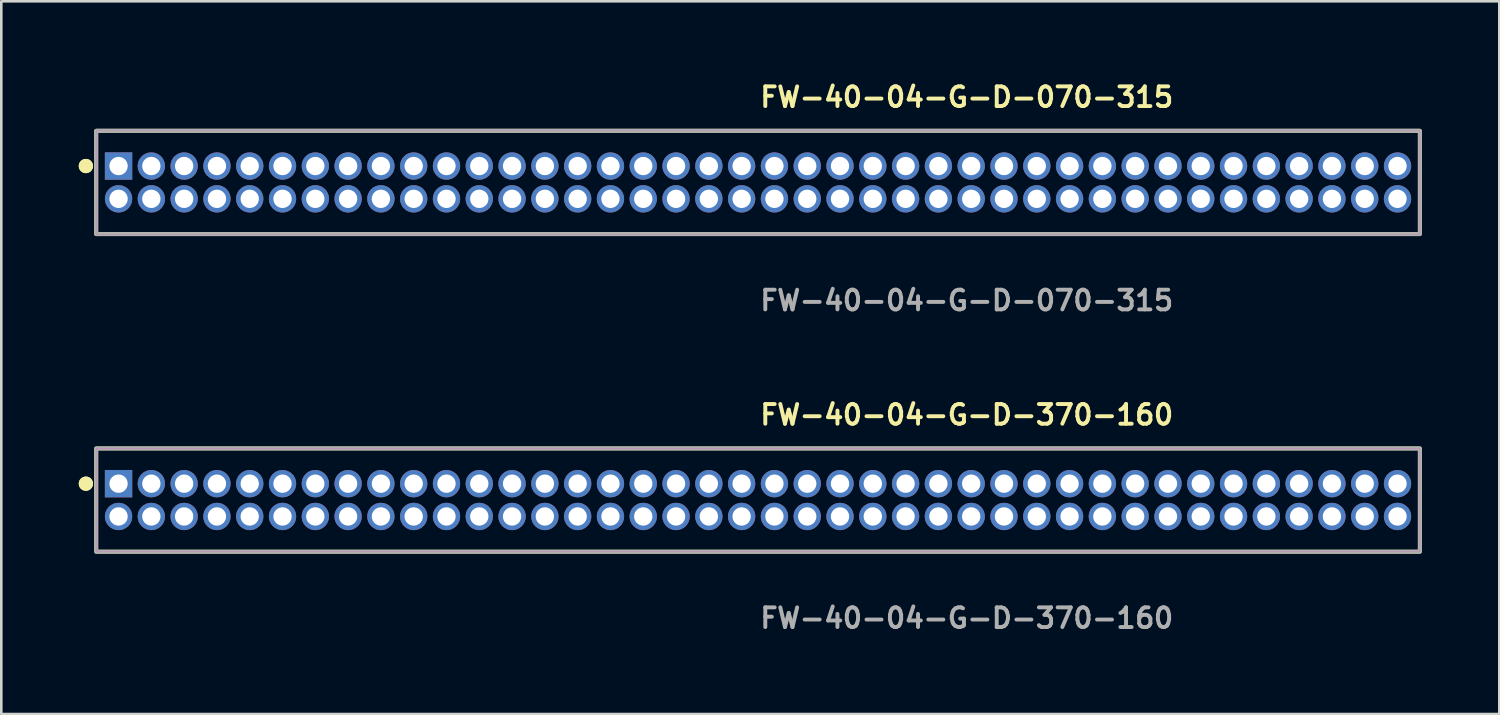
<source format=kicad_pcb>
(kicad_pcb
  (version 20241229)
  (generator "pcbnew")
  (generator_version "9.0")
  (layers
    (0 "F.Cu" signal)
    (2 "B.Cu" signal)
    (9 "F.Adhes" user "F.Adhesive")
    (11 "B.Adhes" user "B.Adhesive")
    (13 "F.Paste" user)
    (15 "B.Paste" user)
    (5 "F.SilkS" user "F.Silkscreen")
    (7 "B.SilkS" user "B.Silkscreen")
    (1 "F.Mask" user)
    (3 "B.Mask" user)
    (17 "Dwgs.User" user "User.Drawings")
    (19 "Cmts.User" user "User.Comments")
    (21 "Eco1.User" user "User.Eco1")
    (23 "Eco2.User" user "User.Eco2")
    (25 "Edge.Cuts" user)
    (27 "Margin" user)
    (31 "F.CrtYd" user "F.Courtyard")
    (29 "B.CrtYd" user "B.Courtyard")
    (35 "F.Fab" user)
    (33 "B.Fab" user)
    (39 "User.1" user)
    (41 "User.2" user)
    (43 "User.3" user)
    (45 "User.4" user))
  (footprint "FW-40-04-G-D-370-160"
    (layer "F.Cu")
    (at 26.306 16.316)
    (property "Reference" "FW-40-04-G-D-370-160" (at 0 -3.302 0) (unlocked yes) (layer "F.SilkS") (effects (font (size 0.762 0.762) (thickness 0.152)) (justify left)))
    (fp_rect (start -25.63 2) (end 25.63 -2) (stroke (width 0.152) (type solid)) (fill no) (layer "F.SilkS"))
    (fp_circle (center -26.03 -0.635) (end -26.23 -0.635) (stroke (width 0.152) (type solid)) (fill yes) (layer "F.SilkS"))
    (fp_circle (center -26.03 -0.635) (end -26.23 -0.635) (stroke (width 0.152) (type solid)) (fill yes) (layer "F.SilkS"))
    (fp_rect (start -25.63 2) (end 25.63 -2) (stroke (width 0.006) (type solid)) (fill no) (layer "F.CrtYd"))
    (fp_rect (start -25.63 2) (end 25.63 -2) (stroke (width 0.152) (type solid)) (fill no) (layer "F.Fab"))
    (fp_text user "${REFERENCE}" (at 0 4.572 0) (unlocked yes) (layer "F.Fab") (effects (font (size 0.762 0.762) (thickness 0.152)) (justify left)))
    (pad "1" thru_hole rect (at -24.765 -0.635) (size 1.06 1.06) (drill 0.71) (layers "*.Cu" "*.Mask"))
    (pad "2" thru_hole circle (at -24.765 0.635) (size 1.06 1.06) (drill 0.71) (layers "*.Cu" "*.Mask"))
    (pad "3" thru_hole circle (at -23.495 -0.635) (size 1.06 1.06) (drill 0.71) (layers "*.Cu" "*.Mask"))
    (pad "4" thru_hole circle (at -23.495 0.635) (size 1.06 1.06) (drill 0.71) (layers "*.Cu" "*.Mask"))
    (pad "5" thru_hole circle (at -22.225 -0.635) (size 1.06 1.06) (drill 0.71) (layers "*.Cu" "*.Mask"))
    (pad "6" thru_hole circle (at -22.225 0.635) (size 1.06 1.06) (drill 0.71) (layers "*.Cu" "*.Mask"))
    (pad "7" thru_hole circle (at -20.955 -0.635) (size 1.06 1.06) (drill 0.71) (layers "*.Cu" "*.Mask"))
    (pad "8" thru_hole circle (at -20.955 0.635) (size 1.06 1.06) (drill 0.71) (layers "*.Cu" "*.Mask"))
    (pad "9" thru_hole circle (at -19.685 -0.635) (size 1.06 1.06) (drill 0.71) (layers "*.Cu" "*.Mask"))
    (pad "10" thru_hole circle (at -19.685 0.635) (size 1.06 1.06) (drill 0.71) (layers "*.Cu" "*.Mask"))
    (pad "11" thru_hole circle (at -18.415 -0.635) (size 1.06 1.06) (drill 0.71) (layers "*.Cu" "*.Mask"))
    (pad "12" thru_hole circle (at -18.415 0.635) (size 1.06 1.06) (drill 0.71) (layers "*.Cu" "*.Mask"))
    (pad "13" thru_hole circle (at -17.145 -0.635) (size 1.06 1.06) (drill 0.71) (layers "*.Cu" "*.Mask"))
    (pad "14" thru_hole circle (at -17.145 0.635) (size 1.06 1.06) (drill 0.71) (layers "*.Cu" "*.Mask"))
    (pad "15" thru_hole circle (at -15.875 -0.635) (size 1.06 1.06) (drill 0.71) (layers "*.Cu" "*.Mask"))
    (pad "16" thru_hole circle (at -15.875 0.635) (size 1.06 1.06) (drill 0.71) (layers "*.Cu" "*.Mask"))
    (pad "17" thru_hole circle (at -14.605 -0.635) (size 1.06 1.06) (drill 0.71) (layers "*.Cu" "*.Mask"))
    (pad "18" thru_hole circle (at -14.605 0.635) (size 1.06 1.06) (drill 0.71) (layers "*.Cu" "*.Mask"))
    (pad "19" thru_hole circle (at -13.335 -0.635) (size 1.06 1.06) (drill 0.71) (layers "*.Cu" "*.Mask"))
    (pad "20" thru_hole circle (at -13.335 0.635) (size 1.06 1.06) (drill 0.71) (layers "*.Cu" "*.Mask"))
    (pad "21" thru_hole circle (at -12.065 -0.635) (size 1.06 1.06) (drill 0.71) (layers "*.Cu" "*.Mask"))
    (pad "22" thru_hole circle (at -12.065 0.635) (size 1.06 1.06) (drill 0.71) (layers "*.Cu" "*.Mask"))
    (pad "23" thru_hole circle (at -10.795 -0.635) (size 1.06 1.06) (drill 0.71) (layers "*.Cu" "*.Mask"))
    (pad "24" thru_hole circle (at -10.795 0.635) (size 1.06 1.06) (drill 0.71) (layers "*.Cu" "*.Mask"))
    (pad "25" thru_hole circle (at -9.525 -0.635) (size 1.06 1.06) (drill 0.71) (layers "*.Cu" "*.Mask"))
    (pad "26" thru_hole circle (at -9.525 0.635) (size 1.06 1.06) (drill 0.71) (layers "*.Cu" "*.Mask"))
    (pad "27" thru_hole circle (at -8.255 -0.635) (size 1.06 1.06) (drill 0.71) (layers "*.Cu" "*.Mask"))
    (pad "28" thru_hole circle (at -8.255 0.635) (size 1.06 1.06) (drill 0.71) (layers "*.Cu" "*.Mask"))
    (pad "29" thru_hole circle (at -6.985 -0.635) (size 1.06 1.06) (drill 0.71) (layers "*.Cu" "*.Mask"))
    (pad "30" thru_hole circle (at -6.985 0.635) (size 1.06 1.06) (drill 0.71) (layers "*.Cu" "*.Mask"))
    (pad "31" thru_hole circle (at -5.715 -0.635) (size 1.06 1.06) (drill 0.71) (layers "*.Cu" "*.Mask"))
    (pad "32" thru_hole circle (at -5.715 0.635) (size 1.06 1.06) (drill 0.71) (layers "*.Cu" "*.Mask"))
    (pad "33" thru_hole circle (at -4.445 -0.635) (size 1.06 1.06) (drill 0.71) (layers "*.Cu" "*.Mask"))
    (pad "34" thru_hole circle (at -4.445 0.635) (size 1.06 1.06) (drill 0.71) (layers "*.Cu" "*.Mask"))
    (pad "35" thru_hole circle (at -3.175 -0.635) (size 1.06 1.06) (drill 0.71) (layers "*.Cu" "*.Mask"))
    (pad "36" thru_hole circle (at -3.175 0.635) (size 1.06 1.06) (drill 0.71) (layers "*.Cu" "*.Mask"))
    (pad "37" thru_hole circle (at -1.905 -0.635) (size 1.06 1.06) (drill 0.71) (layers "*.Cu" "*.Mask"))
    (pad "38" thru_hole circle (at -1.905 0.635) (size 1.06 1.06) (drill 0.71) (layers "*.Cu" "*.Mask"))
    (pad "39" thru_hole circle (at -0.635 -0.635) (size 1.06 1.06) (drill 0.71) (layers "*.Cu" "*.Mask"))
    (pad "40" thru_hole circle (at -0.635 0.635) (size 1.06 1.06) (drill 0.71) (layers "*.Cu" "*.Mask"))
    (pad "41" thru_hole circle (at 0.635 -0.635) (size 1.06 1.06) (drill 0.71) (layers "*.Cu" "*.Mask"))
    (pad "42" thru_hole circle (at 0.635 0.635) (size 1.06 1.06) (drill 0.71) (layers "*.Cu" "*.Mask"))
    (pad "43" thru_hole circle (at 1.905 -0.635) (size 1.06 1.06) (drill 0.71) (layers "*.Cu" "*.Mask"))
    (pad "44" thru_hole circle (at 1.905 0.635) (size 1.06 1.06) (drill 0.71) (layers "*.Cu" "*.Mask"))
    (pad "45" thru_hole circle (at 3.175 -0.635) (size 1.06 1.06) (drill 0.71) (layers "*.Cu" "*.Mask"))
    (pad "46" thru_hole circle (at 3.175 0.635) (size 1.06 1.06) (drill 0.71) (layers "*.Cu" "*.Mask"))
    (pad "47" thru_hole circle (at 4.445 -0.635) (size 1.06 1.06) (drill 0.71) (layers "*.Cu" "*.Mask"))
    (pad "48" thru_hole circle (at 4.445 0.635) (size 1.06 1.06) (drill 0.71) (layers "*.Cu" "*.Mask"))
    (pad "49" thru_hole circle (at 5.715 -0.635) (size 1.06 1.06) (drill 0.71) (layers "*.Cu" "*.Mask"))
    (pad "50" thru_hole circle (at 5.715 0.635) (size 1.06 1.06) (drill 0.71) (layers "*.Cu" "*.Mask"))
    (pad "51" thru_hole circle (at 6.985 -0.635) (size 1.06 1.06) (drill 0.71) (layers "*.Cu" "*.Mask"))
    (pad "52" thru_hole circle (at 6.985 0.635) (size 1.06 1.06) (drill 0.71) (layers "*.Cu" "*.Mask"))
    (pad "53" thru_hole circle (at 8.255 -0.635) (size 1.06 1.06) (drill 0.71) (layers "*.Cu" "*.Mask"))
    (pad "54" thru_hole circle (at 8.255 0.635) (size 1.06 1.06) (drill 0.71) (layers "*.Cu" "*.Mask"))
    (pad "55" thru_hole circle (at 9.525 -0.635) (size 1.06 1.06) (drill 0.71) (layers "*.Cu" "*.Mask"))
    (pad "56" thru_hole circle (at 9.525 0.635) (size 1.06 1.06) (drill 0.71) (layers "*.Cu" "*.Mask"))
    (pad "57" thru_hole circle (at 10.795 -0.635) (size 1.06 1.06) (drill 0.71) (layers "*.Cu" "*.Mask"))
    (pad "58" thru_hole circle (at 10.795 0.635) (size 1.06 1.06) (drill 0.71) (layers "*.Cu" "*.Mask"))
    (pad "59" thru_hole circle (at 12.065 -0.635) (size 1.06 1.06) (drill 0.71) (layers "*.Cu" "*.Mask"))
    (pad "60" thru_hole circle (at 12.065 0.635) (size 1.06 1.06) (drill 0.71) (layers "*.Cu" "*.Mask"))
    (pad "61" thru_hole circle (at 13.335 -0.635) (size 1.06 1.06) (drill 0.71) (layers "*.Cu" "*.Mask"))
    (pad "62" thru_hole circle (at 13.335 0.635) (size 1.06 1.06) (drill 0.71) (layers "*.Cu" "*.Mask"))
    (pad "63" thru_hole circle (at 14.605 -0.635) (size 1.06 1.06) (drill 0.71) (layers "*.Cu" "*.Mask"))
    (pad "64" thru_hole circle (at 14.605 0.635) (size 1.06 1.06) (drill 0.71) (layers "*.Cu" "*.Mask"))
    (pad "65" thru_hole circle (at 15.875 -0.635) (size 1.06 1.06) (drill 0.71) (layers "*.Cu" "*.Mask"))
    (pad "66" thru_hole circle (at 15.875 0.635) (size 1.06 1.06) (drill 0.71) (layers "*.Cu" "*.Mask"))
    (pad "67" thru_hole circle (at 17.145 -0.635) (size 1.06 1.06) (drill 0.71) (layers "*.Cu" "*.Mask"))
    (pad "68" thru_hole circle (at 17.145 0.635) (size 1.06 1.06) (drill 0.71) (layers "*.Cu" "*.Mask"))
    (pad "69" thru_hole circle (at 18.415 -0.635) (size 1.06 1.06) (drill 0.71) (layers "*.Cu" "*.Mask"))
    (pad "70" thru_hole circle (at 18.415 0.635) (size 1.06 1.06) (drill 0.71) (layers "*.Cu" "*.Mask"))
    (pad "71" thru_hole circle (at 19.685 -0.635) (size 1.06 1.06) (drill 0.71) (layers "*.Cu" "*.Mask"))
    (pad "72" thru_hole circle (at 19.685 0.635) (size 1.06 1.06) (drill 0.71) (layers "*.Cu" "*.Mask"))
    (pad "73" thru_hole circle (at 20.955 -0.635) (size 1.06 1.06) (drill 0.71) (layers "*.Cu" "*.Mask"))
    (pad "74" thru_hole circle (at 20.955 0.635) (size 1.06 1.06) (drill 0.71) (layers "*.Cu" "*.Mask"))
    (pad "75" thru_hole circle (at 22.225 -0.635) (size 1.06 1.06) (drill 0.71) (layers "*.Cu" "*.Mask"))
    (pad "76" thru_hole circle (at 22.225 0.635) (size 1.06 1.06) (drill 0.71) (layers "*.Cu" "*.Mask"))
    (pad "77" thru_hole circle (at 23.495 -0.635) (size 1.06 1.06) (drill 0.71) (layers "*.Cu" "*.Mask"))
    (pad "78" thru_hole circle (at 23.495 0.635) (size 1.06 1.06) (drill 0.71) (layers "*.Cu" "*.Mask"))
    (pad "79" thru_hole circle (at 24.765 -0.635) (size 1.06 1.06) (drill 0.71) (layers "*.Cu" "*.Mask"))
    (pad "80" thru_hole circle (at 24.765 0.635) (size 1.06 1.06) (drill 0.71) (layers "*.Cu" "*.Mask")))
  (footprint "FW-40-04-G-D-070-315"
    (layer "F.Cu")
    (at 26.306 4.015)
    (property "Reference" "FW-40-04-G-D-070-315" (at 0 -3.302 0) (unlocked yes) (layer "F.SilkS") (effects (font (size 0.762 0.762) (thickness 0.152)) (justify left)))
    (fp_rect (start -25.63 2) (end 25.63 -2) (stroke (width 0.152) (type solid)) (fill no) (layer "F.SilkS"))
    (fp_circle (center -26.03 -0.635) (end -26.23 -0.635) (stroke (width 0.152) (type solid)) (fill yes) (layer "F.SilkS"))
    (fp_circle (center -26.03 -0.635) (end -26.23 -0.635) (stroke (width 0.152) (type solid)) (fill yes) (layer "F.SilkS"))
    (fp_rect (start -25.63 2) (end 25.63 -2) (stroke (width 0.006) (type solid)) (fill no) (layer "F.CrtYd"))
    (fp_rect (start -25.63 2) (end 25.63 -2) (stroke (width 0.152) (type solid)) (fill no) (layer "F.Fab"))
    (fp_text user "${REFERENCE}" (at 0 4.572 0) (unlocked yes) (layer "F.Fab") (effects (font (size 0.762 0.762) (thickness 0.152)) (justify left)))
    (pad "1" thru_hole rect (at -24.765 -0.635) (size 1.06 1.06) (drill 0.71) (layers "*.Cu" "*.Mask"))
    (pad "2" thru_hole circle (at -24.765 0.635) (size 1.06 1.06) (drill 0.71) (layers "*.Cu" "*.Mask"))
    (pad "3" thru_hole circle (at -23.495 -0.635) (size 1.06 1.06) (drill 0.71) (layers "*.Cu" "*.Mask"))
    (pad "4" thru_hole circle (at -23.495 0.635) (size 1.06 1.06) (drill 0.71) (layers "*.Cu" "*.Mask"))
    (pad "5" thru_hole circle (at -22.225 -0.635) (size 1.06 1.06) (drill 0.71) (layers "*.Cu" "*.Mask"))
    (pad "6" thru_hole circle (at -22.225 0.635) (size 1.06 1.06) (drill 0.71) (layers "*.Cu" "*.Mask"))
    (pad "7" thru_hole circle (at -20.955 -0.635) (size 1.06 1.06) (drill 0.71) (layers "*.Cu" "*.Mask"))
    (pad "8" thru_hole circle (at -20.955 0.635) (size 1.06 1.06) (drill 0.71) (layers "*.Cu" "*.Mask"))
    (pad "9" thru_hole circle (at -19.685 -0.635) (size 1.06 1.06) (drill 0.71) (layers "*.Cu" "*.Mask"))
    (pad "10" thru_hole circle (at -19.685 0.635) (size 1.06 1.06) (drill 0.71) (layers "*.Cu" "*.Mask"))
    (pad "11" thru_hole circle (at -18.415 -0.635) (size 1.06 1.06) (drill 0.71) (layers "*.Cu" "*.Mask"))
    (pad "12" thru_hole circle (at -18.415 0.635) (size 1.06 1.06) (drill 0.71) (layers "*.Cu" "*.Mask"))
    (pad "13" thru_hole circle (at -17.145 -0.635) (size 1.06 1.06) (drill 0.71) (layers "*.Cu" "*.Mask"))
    (pad "14" thru_hole circle (at -17.145 0.635) (size 1.06 1.06) (drill 0.71) (layers "*.Cu" "*.Mask"))
    (pad "15" thru_hole circle (at -15.875 -0.635) (size 1.06 1.06) (drill 0.71) (layers "*.Cu" "*.Mask"))
    (pad "16" thru_hole circle (at -15.875 0.635) (size 1.06 1.06) (drill 0.71) (layers "*.Cu" "*.Mask"))
    (pad "17" thru_hole circle (at -14.605 -0.635) (size 1.06 1.06) (drill 0.71) (layers "*.Cu" "*.Mask"))
    (pad "18" thru_hole circle (at -14.605 0.635) (size 1.06 1.06) (drill 0.71) (layers "*.Cu" "*.Mask"))
    (pad "19" thru_hole circle (at -13.335 -0.635) (size 1.06 1.06) (drill 0.71) (layers "*.Cu" "*.Mask"))
    (pad "20" thru_hole circle (at -13.335 0.635) (size 1.06 1.06) (drill 0.71) (layers "*.Cu" "*.Mask"))
    (pad "21" thru_hole circle (at -12.065 -0.635) (size 1.06 1.06) (drill 0.71) (layers "*.Cu" "*.Mask"))
    (pad "22" thru_hole circle (at -12.065 0.635) (size 1.06 1.06) (drill 0.71) (layers "*.Cu" "*.Mask"))
    (pad "23" thru_hole circle (at -10.795 -0.635) (size 1.06 1.06) (drill 0.71) (layers "*.Cu" "*.Mask"))
    (pad "24" thru_hole circle (at -10.795 0.635) (size 1.06 1.06) (drill 0.71) (layers "*.Cu" "*.Mask"))
    (pad "25" thru_hole circle (at -9.525 -0.635) (size 1.06 1.06) (drill 0.71) (layers "*.Cu" "*.Mask"))
    (pad "26" thru_hole circle (at -9.525 0.635) (size 1.06 1.06) (drill 0.71) (layers "*.Cu" "*.Mask"))
    (pad "27" thru_hole circle (at -8.255 -0.635) (size 1.06 1.06) (drill 0.71) (layers "*.Cu" "*.Mask"))
    (pad "28" thru_hole circle (at -8.255 0.635) (size 1.06 1.06) (drill 0.71) (layers "*.Cu" "*.Mask"))
    (pad "29" thru_hole circle (at -6.985 -0.635) (size 1.06 1.06) (drill 0.71) (layers "*.Cu" "*.Mask"))
    (pad "30" thru_hole circle (at -6.985 0.635) (size 1.06 1.06) (drill 0.71) (layers "*.Cu" "*.Mask"))
    (pad "31" thru_hole circle (at -5.715 -0.635) (size 1.06 1.06) (drill 0.71) (layers "*.Cu" "*.Mask"))
    (pad "32" thru_hole circle (at -5.715 0.635) (size 1.06 1.06) (drill 0.71) (layers "*.Cu" "*.Mask"))
    (pad "33" thru_hole circle (at -4.445 -0.635) (size 1.06 1.06) (drill 0.71) (layers "*.Cu" "*.Mask"))
    (pad "34" thru_hole circle (at -4.445 0.635) (size 1.06 1.06) (drill 0.71) (layers "*.Cu" "*.Mask"))
    (pad "35" thru_hole circle (at -3.175 -0.635) (size 1.06 1.06) (drill 0.71) (layers "*.Cu" "*.Mask"))
    (pad "36" thru_hole circle (at -3.175 0.635) (size 1.06 1.06) (drill 0.71) (layers "*.Cu" "*.Mask"))
    (pad "37" thru_hole circle (at -1.905 -0.635) (size 1.06 1.06) (drill 0.71) (layers "*.Cu" "*.Mask"))
    (pad "38" thru_hole circle (at -1.905 0.635) (size 1.06 1.06) (drill 0.71) (layers "*.Cu" "*.Mask"))
    (pad "39" thru_hole circle (at -0.635 -0.635) (size 1.06 1.06) (drill 0.71) (layers "*.Cu" "*.Mask"))
    (pad "40" thru_hole circle (at -0.635 0.635) (size 1.06 1.06) (drill 0.71) (layers "*.Cu" "*.Mask"))
    (pad "41" thru_hole circle (at 0.635 -0.635) (size 1.06 1.06) (drill 0.71) (layers "*.Cu" "*.Mask"))
    (pad "42" thru_hole circle (at 0.635 0.635) (size 1.06 1.06) (drill 0.71) (layers "*.Cu" "*.Mask"))
    (pad "43" thru_hole circle (at 1.905 -0.635) (size 1.06 1.06) (drill 0.71) (layers "*.Cu" "*.Mask"))
    (pad "44" thru_hole circle (at 1.905 0.635) (size 1.06 1.06) (drill 0.71) (layers "*.Cu" "*.Mask"))
    (pad "45" thru_hole circle (at 3.175 -0.635) (size 1.06 1.06) (drill 0.71) (layers "*.Cu" "*.Mask"))
    (pad "46" thru_hole circle (at 3.175 0.635) (size 1.06 1.06) (drill 0.71) (layers "*.Cu" "*.Mask"))
    (pad "47" thru_hole circle (at 4.445 -0.635) (size 1.06 1.06) (drill 0.71) (layers "*.Cu" "*.Mask"))
    (pad "48" thru_hole circle (at 4.445 0.635) (size 1.06 1.06) (drill 0.71) (layers "*.Cu" "*.Mask"))
    (pad "49" thru_hole circle (at 5.715 -0.635) (size 1.06 1.06) (drill 0.71) (layers "*.Cu" "*.Mask"))
    (pad "50" thru_hole circle (at 5.715 0.635) (size 1.06 1.06) (drill 0.71) (layers "*.Cu" "*.Mask"))
    (pad "51" thru_hole circle (at 6.985 -0.635) (size 1.06 1.06) (drill 0.71) (layers "*.Cu" "*.Mask"))
    (pad "52" thru_hole circle (at 6.985 0.635) (size 1.06 1.06) (drill 0.71) (layers "*.Cu" "*.Mask"))
    (pad "53" thru_hole circle (at 8.255 -0.635) (size 1.06 1.06) (drill 0.71) (layers "*.Cu" "*.Mask"))
    (pad "54" thru_hole circle (at 8.255 0.635) (size 1.06 1.06) (drill 0.71) (layers "*.Cu" "*.Mask"))
    (pad "55" thru_hole circle (at 9.525 -0.635) (size 1.06 1.06) (drill 0.71) (layers "*.Cu" "*.Mask"))
    (pad "56" thru_hole circle (at 9.525 0.635) (size 1.06 1.06) (drill 0.71) (layers "*.Cu" "*.Mask"))
    (pad "57" thru_hole circle (at 10.795 -0.635) (size 1.06 1.06) (drill 0.71) (layers "*.Cu" "*.Mask"))
    (pad "58" thru_hole circle (at 10.795 0.635) (size 1.06 1.06) (drill 0.71) (layers "*.Cu" "*.Mask"))
    (pad "59" thru_hole circle (at 12.065 -0.635) (size 1.06 1.06) (drill 0.71) (layers "*.Cu" "*.Mask"))
    (pad "60" thru_hole circle (at 12.065 0.635) (size 1.06 1.06) (drill 0.71) (layers "*.Cu" "*.Mask"))
    (pad "61" thru_hole circle (at 13.335 -0.635) (size 1.06 1.06) (drill 0.71) (layers "*.Cu" "*.Mask"))
    (pad "62" thru_hole circle (at 13.335 0.635) (size 1.06 1.06) (drill 0.71) (layers "*.Cu" "*.Mask"))
    (pad "63" thru_hole circle (at 14.605 -0.635) (size 1.06 1.06) (drill 0.71) (layers "*.Cu" "*.Mask"))
    (pad "64" thru_hole circle (at 14.605 0.635) (size 1.06 1.06) (drill 0.71) (layers "*.Cu" "*.Mask"))
    (pad "65" thru_hole circle (at 15.875 -0.635) (size 1.06 1.06) (drill 0.71) (layers "*.Cu" "*.Mask"))
    (pad "66" thru_hole circle (at 15.875 0.635) (size 1.06 1.06) (drill 0.71) (layers "*.Cu" "*.Mask"))
    (pad "67" thru_hole circle (at 17.145 -0.635) (size 1.06 1.06) (drill 0.71) (layers "*.Cu" "*.Mask"))
    (pad "68" thru_hole circle (at 17.145 0.635) (size 1.06 1.06) (drill 0.71) (layers "*.Cu" "*.Mask"))
    (pad "69" thru_hole circle (at 18.415 -0.635) (size 1.06 1.06) (drill 0.71) (layers "*.Cu" "*.Mask"))
    (pad "70" thru_hole circle (at 18.415 0.635) (size 1.06 1.06) (drill 0.71) (layers "*.Cu" "*.Mask"))
    (pad "71" thru_hole circle (at 19.685 -0.635) (size 1.06 1.06) (drill 0.71) (layers "*.Cu" "*.Mask"))
    (pad "72" thru_hole circle (at 19.685 0.635) (size 1.06 1.06) (drill 0.71) (layers "*.Cu" "*.Mask"))
    (pad "73" thru_hole circle (at 20.955 -0.635) (size 1.06 1.06) (drill 0.71) (layers "*.Cu" "*.Mask"))
    (pad "74" thru_hole circle (at 20.955 0.635) (size 1.06 1.06) (drill 0.71) (layers "*.Cu" "*.Mask"))
    (pad "75" thru_hole circle (at 22.225 -0.635) (size 1.06 1.06) (drill 0.71) (layers "*.Cu" "*.Mask"))
    (pad "76" thru_hole circle (at 22.225 0.635) (size 1.06 1.06) (drill 0.71) (layers "*.Cu" "*.Mask"))
    (pad "77" thru_hole circle (at 23.495 -0.635) (size 1.06 1.06) (drill 0.71) (layers "*.Cu" "*.Mask"))
    (pad "78" thru_hole circle (at 23.495 0.635) (size 1.06 1.06) (drill 0.71) (layers "*.Cu" "*.Mask"))
    (pad "79" thru_hole circle (at 24.765 -0.635) (size 1.06 1.06) (drill 0.71) (layers "*.Cu" "*.Mask"))
    (pad "80" thru_hole circle (at 24.765 0.635) (size 1.06 1.06) (drill 0.71) (layers "*.Cu" "*.Mask")))
  (gr_rect
    (start -3 -3)
    (end 55.012 24.601)
    (stroke (width 0.1) (type default))
    (fill no)
    (layer "Edge.Cuts")))
</source>
